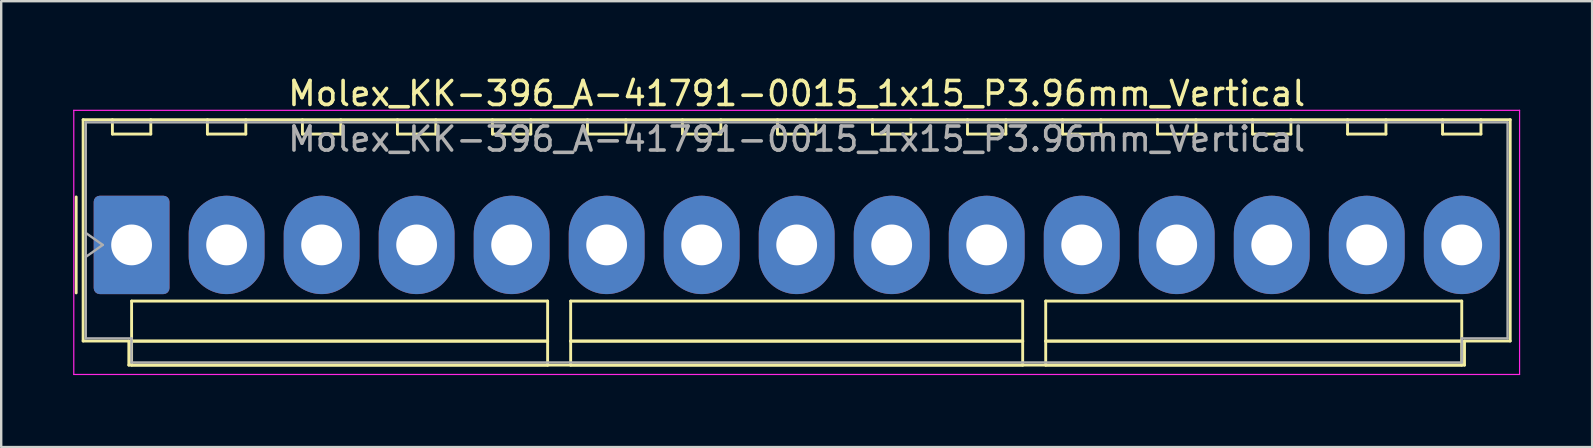
<source format=kicad_pcb>
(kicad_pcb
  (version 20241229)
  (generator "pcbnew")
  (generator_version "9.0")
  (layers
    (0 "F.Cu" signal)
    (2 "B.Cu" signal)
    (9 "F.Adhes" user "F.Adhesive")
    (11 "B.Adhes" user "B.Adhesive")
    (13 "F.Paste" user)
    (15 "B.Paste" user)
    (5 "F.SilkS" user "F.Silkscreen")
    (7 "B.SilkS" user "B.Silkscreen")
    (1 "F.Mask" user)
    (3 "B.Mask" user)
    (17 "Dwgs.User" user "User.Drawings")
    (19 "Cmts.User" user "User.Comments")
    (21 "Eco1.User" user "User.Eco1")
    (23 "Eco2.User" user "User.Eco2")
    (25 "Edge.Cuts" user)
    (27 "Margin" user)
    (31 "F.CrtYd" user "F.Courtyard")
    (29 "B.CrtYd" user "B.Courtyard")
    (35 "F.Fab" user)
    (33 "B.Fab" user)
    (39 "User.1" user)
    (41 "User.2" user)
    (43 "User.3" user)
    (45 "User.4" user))
  (footprint "Molex_KK-396_A-41791-0015_1x15_P3.96mm_Vertical"
    (layer "F.Cu")
    (at 2.435 7.158)
    (property "Reference" "Molex_KK-396_A-41791-0015_1x15_P3.96mm_Vertical" (at 27.72 -6.31 0) (layer "F.SilkS") (effects (font (size 1 1) (thickness 0.15))))
    (attr through_hole)
    (fp_line (start -2.31 -2) (end -2.31 2) (stroke (width 0.12) (type solid)) (layer "F.SilkS"))
    (fp_line (start -2.02 -5.22) (end 57.46 -5.22) (stroke (width 0.12) (type solid)) (layer "F.SilkS"))
    (fp_line (start -2.02 4.005) (end -2.02 -5.22) (stroke (width 0.12) (type solid)) (layer "F.SilkS"))
    (fp_line (start -0.8 -5.22) (end -0.8 -4.62) (stroke (width 0.12) (type solid)) (layer "F.SilkS"))
    (fp_line (start -0.8 -4.62) (end 0.8 -4.62) (stroke (width 0.12) (type solid)) (layer "F.SilkS"))
    (fp_line (start -0.115 4.005) (end -2.02 4.005) (stroke (width 0.12) (type solid)) (layer "F.SilkS"))
    (fp_line (start -0.115 5.01) (end -0.115 4.005) (stroke (width 0.12) (type solid)) (layer "F.SilkS"))
    (fp_line (start 0 2.34) (end 17.34 2.34) (stroke (width 0.12) (type solid)) (layer "F.SilkS"))
    (fp_line (start 0 4.01) (end 0 2.34) (stroke (width 0.12) (type solid)) (layer "F.SilkS"))
    (fp_line (start 0 4.01) (end 17.34 4.01) (stroke (width 0.12) (type solid)) (layer "F.SilkS"))
    (fp_line (start 0 5.01) (end 0 4.01) (stroke (width 0.12) (type solid)) (layer "F.SilkS"))
    (fp_line (start 0.8 -4.62) (end 0.8 -5.22) (stroke (width 0.12) (type solid)) (layer "F.SilkS"))
    (fp_line (start 3.16 -5.22) (end 3.16 -4.62) (stroke (width 0.12) (type solid)) (layer "F.SilkS"))
    (fp_line (start 3.16 -4.62) (end 4.76 -4.62) (stroke (width 0.12) (type solid)) (layer "F.SilkS"))
    (fp_line (start 4.76 -4.62) (end 4.76 -5.22) (stroke (width 0.12) (type solid)) (layer "F.SilkS"))
    (fp_line (start 7.12 -5.22) (end 7.12 -4.62) (stroke (width 0.12) (type solid)) (layer "F.SilkS"))
    (fp_line (start 7.12 -4.62) (end 8.72 -4.62) (stroke (width 0.12) (type solid)) (layer "F.SilkS"))
    (fp_line (start 8.72 -4.62) (end 8.72 -5.22) (stroke (width 0.12) (type solid)) (layer "F.SilkS"))
    (fp_line (start 11.08 -5.22) (end 11.08 -4.62) (stroke (width 0.12) (type solid)) (layer "F.SilkS"))
    (fp_line (start 11.08 -4.62) (end 12.68 -4.62) (stroke (width 0.12) (type solid)) (layer "F.SilkS"))
    (fp_line (start 12.68 -4.62) (end 12.68 -5.22) (stroke (width 0.12) (type solid)) (layer "F.SilkS"))
    (fp_line (start 15.04 -5.22) (end 15.04 -4.62) (stroke (width 0.12) (type solid)) (layer "F.SilkS"))
    (fp_line (start 15.04 -4.62) (end 16.64 -4.62) (stroke (width 0.12) (type solid)) (layer "F.SilkS"))
    (fp_line (start 16.64 -4.62) (end 16.64 -5.22) (stroke (width 0.12) (type solid)) (layer "F.SilkS"))
    (fp_line (start 17.34 2.34) (end 17.34 4.01) (stroke (width 0.12) (type solid)) (layer "F.SilkS"))
    (fp_line (start 17.34 4.01) (end 0 4.01) (stroke (width 0.12) (type solid)) (layer "F.SilkS"))
    (fp_line (start 17.34 4.01) (end 17.34 5.01) (stroke (width 0.12) (type solid)) (layer "F.SilkS"))
    (fp_line (start 17.34 5.01) (end 0 5.01) (stroke (width 0.12) (type solid)) (layer "F.SilkS"))
    (fp_line (start 18.3 2.34) (end 37.14 2.34) (stroke (width 0.12) (type solid)) (layer "F.SilkS"))
    (fp_line (start 18.3 4.01) (end 18.3 2.34) (stroke (width 0.12) (type solid)) (layer "F.SilkS"))
    (fp_line (start 18.3 4.01) (end 37.14 4.01) (stroke (width 0.12) (type solid)) (layer "F.SilkS"))
    (fp_line (start 18.3 5.01) (end 18.3 4.01) (stroke (width 0.12) (type solid)) (layer "F.SilkS"))
    (fp_line (start 19 -5.22) (end 19 -4.62) (stroke (width 0.12) (type solid)) (layer "F.SilkS"))
    (fp_line (start 19 -4.62) (end 20.6 -4.62) (stroke (width 0.12) (type solid)) (layer "F.SilkS"))
    (fp_line (start 20.6 -4.62) (end 20.6 -5.22) (stroke (width 0.12) (type solid)) (layer "F.SilkS"))
    (fp_line (start 22.96 -5.22) (end 22.96 -4.62) (stroke (width 0.12) (type solid)) (layer "F.SilkS"))
    (fp_line (start 22.96 -4.62) (end 24.56 -4.62) (stroke (width 0.12) (type solid)) (layer "F.SilkS"))
    (fp_line (start 24.56 -4.62) (end 24.56 -5.22) (stroke (width 0.12) (type solid)) (layer "F.SilkS"))
    (fp_line (start 26.92 -5.22) (end 26.92 -4.62) (stroke (width 0.12) (type solid)) (layer "F.SilkS"))
    (fp_line (start 26.92 -4.62) (end 28.52 -4.62) (stroke (width 0.12) (type solid)) (layer "F.SilkS"))
    (fp_line (start 28.52 -4.62) (end 28.52 -5.22) (stroke (width 0.12) (type solid)) (layer "F.SilkS"))
    (fp_line (start 30.88 -5.22) (end 30.88 -4.62) (stroke (width 0.12) (type solid)) (layer "F.SilkS"))
    (fp_line (start 30.88 -4.62) (end 32.48 -4.62) (stroke (width 0.12) (type solid)) (layer "F.SilkS"))
    (fp_line (start 32.48 -4.62) (end 32.48 -5.22) (stroke (width 0.12) (type solid)) (layer "F.SilkS"))
    (fp_line (start 34.84 -5.22) (end 34.84 -4.62) (stroke (width 0.12) (type solid)) (layer "F.SilkS"))
    (fp_line (start 34.84 -4.62) (end 36.44 -4.62) (stroke (width 0.12) (type solid)) (layer "F.SilkS"))
    (fp_line (start 36.44 -4.62) (end 36.44 -5.22) (stroke (width 0.12) (type solid)) (layer "F.SilkS"))
    (fp_line (start 37.14 2.34) (end 37.14 4.01) (stroke (width 0.12) (type solid)) (layer "F.SilkS"))
    (fp_line (start 37.14 4.01) (end 18.3 4.01) (stroke (width 0.12) (type solid)) (layer "F.SilkS"))
    (fp_line (start 37.14 4.01) (end 37.14 5.01) (stroke (width 0.12) (type solid)) (layer "F.SilkS"))
    (fp_line (start 37.14 5.01) (end 18.3 5.01) (stroke (width 0.12) (type solid)) (layer "F.SilkS"))
    (fp_line (start 38.1 2.34) (end 55.44 2.34) (stroke (width 0.12) (type solid)) (layer "F.SilkS"))
    (fp_line (start 38.1 4.01) (end 38.1 2.34) (stroke (width 0.12) (type solid)) (layer "F.SilkS"))
    (fp_line (start 38.1 4.01) (end 55.44 4.01) (stroke (width 0.12) (type solid)) (layer "F.SilkS"))
    (fp_line (start 38.1 5.01) (end 38.1 4.01) (stroke (width 0.12) (type solid)) (layer "F.SilkS"))
    (fp_line (start 38.8 -5.22) (end 38.8 -4.62) (stroke (width 0.12) (type solid)) (layer "F.SilkS"))
    (fp_line (start 38.8 -4.62) (end 40.4 -4.62) (stroke (width 0.12) (type solid)) (layer "F.SilkS"))
    (fp_line (start 40.4 -4.62) (end 40.4 -5.22) (stroke (width 0.12) (type solid)) (layer "F.SilkS"))
    (fp_line (start 42.76 -5.22) (end 42.76 -4.62) (stroke (width 0.12) (type solid)) (layer "F.SilkS"))
    (fp_line (start 42.76 -4.62) (end 44.36 -4.62) (stroke (width 0.12) (type solid)) (layer "F.SilkS"))
    (fp_line (start 44.36 -4.62) (end 44.36 -5.22) (stroke (width 0.12) (type solid)) (layer "F.SilkS"))
    (fp_line (start 46.72 -5.22) (end 46.72 -4.62) (stroke (width 0.12) (type solid)) (layer "F.SilkS"))
    (fp_line (start 46.72 -4.62) (end 48.32 -4.62) (stroke (width 0.12) (type solid)) (layer "F.SilkS"))
    (fp_line (start 48.32 -4.62) (end 48.32 -5.22) (stroke (width 0.12) (type solid)) (layer "F.SilkS"))
    (fp_line (start 50.68 -5.22) (end 50.68 -4.62) (stroke (width 0.12) (type solid)) (layer "F.SilkS"))
    (fp_line (start 50.68 -4.62) (end 52.28 -4.62) (stroke (width 0.12) (type solid)) (layer "F.SilkS"))
    (fp_line (start 52.28 -4.62) (end 52.28 -5.22) (stroke (width 0.12) (type solid)) (layer "F.SilkS"))
    (fp_line (start 54.64 -5.22) (end 54.64 -4.62) (stroke (width 0.12) (type solid)) (layer "F.SilkS"))
    (fp_line (start 54.64 -4.62) (end 56.24 -4.62) (stroke (width 0.12) (type solid)) (layer "F.SilkS"))
    (fp_line (start 55.44 2.34) (end 55.44 4.01) (stroke (width 0.12) (type solid)) (layer "F.SilkS"))
    (fp_line (start 55.44 4.01) (end 38.1 4.01) (stroke (width 0.12) (type solid)) (layer "F.SilkS"))
    (fp_line (start 55.44 4.01) (end 55.44 5.01) (stroke (width 0.12) (type solid)) (layer "F.SilkS"))
    (fp_line (start 55.44 5.01) (end 38.1 5.01) (stroke (width 0.12) (type solid)) (layer "F.SilkS"))
    (fp_line (start 55.555 4.005) (end 55.555 5.01) (stroke (width 0.12) (type solid)) (layer "F.SilkS"))
    (fp_line (start 55.555 5.01) (end -0.115 5.01) (stroke (width 0.12) (type solid)) (layer "F.SilkS"))
    (fp_line (start 56.24 -4.62) (end 56.24 -5.22) (stroke (width 0.12) (type solid)) (layer "F.SilkS"))
    (fp_line (start 57.46 -5.22) (end 57.46 4.005) (stroke (width 0.12) (type solid)) (layer "F.SilkS"))
    (fp_line (start 57.46 4.005) (end 55.555 4.005) (stroke (width 0.12) (type solid)) (layer "F.SilkS"))
    (fp_line (start -2.41 -5.61) (end -2.41 5.4) (stroke (width 0.05) (type solid)) (layer "F.CrtYd"))
    (fp_line (start -2.41 5.4) (end 57.85 5.4) (stroke (width 0.05) (type solid)) (layer "F.CrtYd"))
    (fp_line (start 57.85 -5.61) (end -2.41 -5.61) (stroke (width 0.05) (type solid)) (layer "F.CrtYd"))
    (fp_line (start 57.85 5.4) (end 57.85 -5.61) (stroke (width 0.05) (type solid)) (layer "F.CrtYd"))
    (fp_line (start -1.91 -5.11) (end 57.35 -5.11) (stroke (width 0.1) (type solid)) (layer "F.Fab"))
    (fp_line (start -1.91 -0.5) (end -1.203 0) (stroke (width 0.1) (type solid)) (layer "F.Fab"))
    (fp_line (start -1.91 3.895) (end -1.91 -5.11) (stroke (width 0.1) (type solid)) (layer "F.Fab"))
    (fp_line (start -1.203 0) (end -1.91 0.5) (stroke (width 0.1) (type solid)) (layer "F.Fab"))
    (fp_line (start -0.005 3.895) (end -1.91 3.895) (stroke (width 0.1) (type solid)) (layer "F.Fab"))
    (fp_line (start -0.005 4.9) (end -0.005 3.895) (stroke (width 0.1) (type solid)) (layer "F.Fab"))
    (fp_line (start 55.445 3.895) (end 55.445 4.9) (stroke (width 0.1) (type solid)) (layer "F.Fab"))
    (fp_line (start 55.445 4.9) (end -0.005 4.9) (stroke (width 0.1) (type solid)) (layer "F.Fab"))
    (fp_line (start 57.35 -5.11) (end 57.35 3.895) (stroke (width 0.1) (type solid)) (layer "F.Fab"))
    (fp_line (start 57.35 3.895) (end 55.445 3.895) (stroke (width 0.1) (type solid)) (layer "F.Fab"))
    (fp_text user "${REFERENCE}" (at 27.72 -4.41 0) (layer "F.Fab") (effects (font (size 1 1) (thickness 0.15))))
    (pad "1" thru_hole roundrect (at 0 0) (size 3.16 4.1) (drill 1.7) (layers "*.Cu" "*.Mask") (roundrect_rratio 0.079))
    (pad "2" thru_hole oval (at 3.96 0) (size 3.16 4.1) (drill 1.7) (layers "*.Cu" "*.Mask"))
    (pad "3" thru_hole oval (at 7.92 0) (size 3.16 4.1) (drill 1.7) (layers "*.Cu" "*.Mask"))
    (pad "4" thru_hole oval (at 11.88 0) (size 3.16 4.1) (drill 1.7) (layers "*.Cu" "*.Mask"))
    (pad "5" thru_hole oval (at 15.84 0) (size 3.16 4.1) (drill 1.7) (layers "*.Cu" "*.Mask"))
    (pad "6" thru_hole oval (at 19.8 0) (size 3.16 4.1) (drill 1.7) (layers "*.Cu" "*.Mask"))
    (pad "7" thru_hole oval (at 23.76 0) (size 3.16 4.1) (drill 1.7) (layers "*.Cu" "*.Mask"))
    (pad "8" thru_hole oval (at 27.72 0) (size 3.16 4.1) (drill 1.7) (layers "*.Cu" "*.Mask"))
    (pad "9" thru_hole oval (at 31.68 0) (size 3.16 4.1) (drill 1.7) (layers "*.Cu" "*.Mask"))
    (pad "10" thru_hole oval (at 35.64 0) (size 3.16 4.1) (drill 1.7) (layers "*.Cu" "*.Mask"))
    (pad "11" thru_hole oval (at 39.6 0) (size 3.16 4.1) (drill 1.7) (layers "*.Cu" "*.Mask"))
    (pad "12" thru_hole oval (at 43.56 0) (size 3.16 4.1) (drill 1.7) (layers "*.Cu" "*.Mask"))
    (pad "13" thru_hole oval (at 47.52 0) (size 3.16 4.1) (drill 1.7) (layers "*.Cu" "*.Mask"))
    (pad "14" thru_hole oval (at 51.48 0) (size 3.16 4.1) (drill 1.7) (layers "*.Cu" "*.Mask"))
    (pad "15" thru_hole oval (at 55.44 0) (size 3.16 4.1) (drill 1.7) (layers "*.Cu" "*.Mask")))
  (gr_rect
    (start -3 -3)
    (end 63.31 15.583)
    (stroke (width 0.1) (type default))
    (fill no)
    (layer "Edge.Cuts")))
</source>
